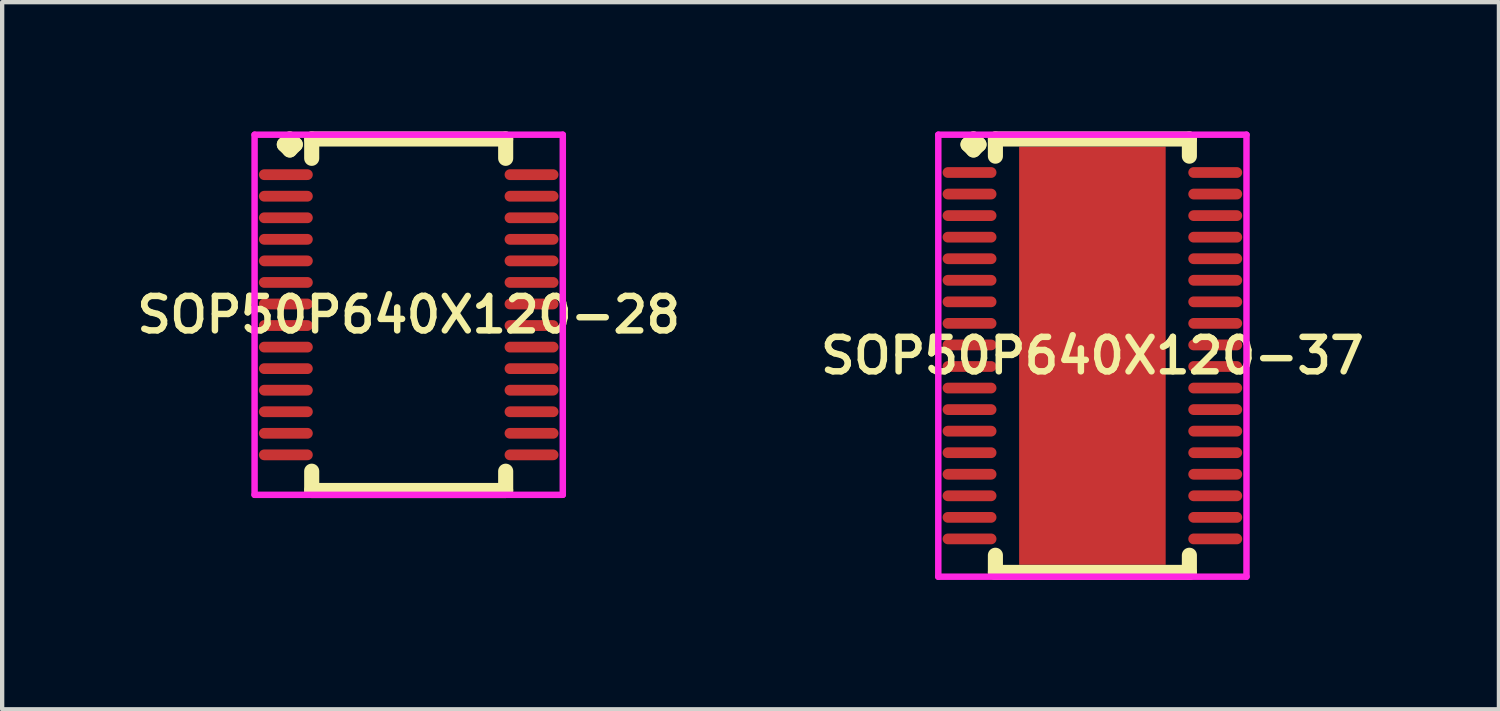
<source format=kicad_pcb>
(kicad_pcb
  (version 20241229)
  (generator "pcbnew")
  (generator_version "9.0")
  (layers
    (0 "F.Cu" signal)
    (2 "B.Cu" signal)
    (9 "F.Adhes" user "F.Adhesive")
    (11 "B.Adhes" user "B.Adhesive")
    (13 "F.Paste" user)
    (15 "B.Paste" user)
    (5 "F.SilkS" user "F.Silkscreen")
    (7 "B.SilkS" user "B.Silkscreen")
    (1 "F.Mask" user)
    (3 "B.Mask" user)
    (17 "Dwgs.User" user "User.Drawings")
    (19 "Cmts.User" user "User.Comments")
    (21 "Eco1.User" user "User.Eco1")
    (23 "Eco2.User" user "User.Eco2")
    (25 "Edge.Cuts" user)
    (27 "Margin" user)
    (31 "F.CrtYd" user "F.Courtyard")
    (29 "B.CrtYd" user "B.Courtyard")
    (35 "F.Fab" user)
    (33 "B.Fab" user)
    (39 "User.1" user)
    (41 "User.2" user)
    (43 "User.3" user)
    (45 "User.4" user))
  (footprint "SOP50P640X120-28"
    (layer "F.Cu")
    (at 6.431 4.252)
    (property "Reference" "SOP50P640X120-28" (at 0 0 0) (layer "F.SilkS") (effects (font (size 0.8 0.8) (thickness 0.15))))
    (attr smd)
    (fp_line (start -2.885 -3.95) (end -2.758 -4.077) (stroke (width 0.35) (type solid)) (layer "F.SilkS"))
    (fp_line (start -2.758 -4.077) (end -2.631 -3.95) (stroke (width 0.35) (type solid)) (layer "F.SilkS"))
    (fp_line (start -2.758 -3.823) (end -2.885 -3.95) (stroke (width 0.35) (type solid)) (layer "F.SilkS"))
    (fp_line (start -2.631 -3.95) (end -2.758 -3.823) (stroke (width 0.35) (type solid)) (layer "F.SilkS"))
    (fp_line (start -2.25 -4.077) (end 2.25 -4.077) (stroke (width 0.35) (type solid)) (layer "F.SilkS"))
    (fp_line (start -2.25 -3.629) (end -2.25 -4.077) (stroke (width 0.35) (type solid)) (layer "F.SilkS"))
    (fp_line (start -2.25 3.629) (end -2.25 4.077) (stroke (width 0.35) (type solid)) (layer "F.SilkS"))
    (fp_line (start -2.25 4.077) (end 2.25 4.077) (stroke (width 0.35) (type solid)) (layer "F.SilkS"))
    (fp_line (start 2.25 -4.077) (end 2.25 -3.629) (stroke (width 0.35) (type solid)) (layer "F.SilkS"))
    (fp_line (start 2.25 4.077) (end 2.25 3.629) (stroke (width 0.35) (type solid)) (layer "F.SilkS"))
    (fp_line (start -3.575 -4.177) (end 3.575 -4.177) (stroke (width 0.15) (type solid)) (layer "F.CrtYd"))
    (fp_line (start -3.575 4.177) (end -3.575 -4.177) (stroke (width 0.15) (type solid)) (layer "F.CrtYd"))
    (fp_line (start 3.575 -4.177) (end 3.575 4.177) (stroke (width 0.15) (type solid)) (layer "F.CrtYd"))
    (fp_line (start 3.575 4.177) (end -3.575 4.177) (stroke (width 0.15) (type solid)) (layer "F.CrtYd"))
    (pad "1" smd oval (at -2.85 -3.25) (size 1.25 0.25) (layers "F.Cu" "F.Mask" "F.Paste"))
    (pad "2" smd oval (at -2.85 -2.75) (size 1.25 0.25) (layers "F.Cu" "F.Mask" "F.Paste"))
    (pad "3" smd oval (at -2.85 -2.25) (size 1.25 0.25) (layers "F.Cu" "F.Mask" "F.Paste"))
    (pad "4" smd oval (at -2.85 -1.75) (size 1.25 0.25) (layers "F.Cu" "F.Mask" "F.Paste"))
    (pad "5" smd oval (at -2.85 -1.25) (size 1.25 0.25) (layers "F.Cu" "F.Mask" "F.Paste"))
    (pad "6" smd oval (at -2.85 -0.75) (size 1.25 0.25) (layers "F.Cu" "F.Mask" "F.Paste"))
    (pad "7" smd oval (at -2.85 -0.25) (size 1.25 0.25) (layers "F.Cu" "F.Mask" "F.Paste"))
    (pad "8" smd oval (at -2.85 0.25) (size 1.25 0.25) (layers "F.Cu" "F.Mask" "F.Paste"))
    (pad "9" smd oval (at -2.85 0.75) (size 1.25 0.25) (layers "F.Cu" "F.Mask" "F.Paste"))
    (pad "10" smd oval (at -2.85 1.25) (size 1.25 0.25) (layers "F.Cu" "F.Mask" "F.Paste"))
    (pad "11" smd oval (at -2.85 1.75) (size 1.25 0.25) (layers "F.Cu" "F.Mask" "F.Paste"))
    (pad "12" smd oval (at -2.85 2.25) (size 1.25 0.25) (layers "F.Cu" "F.Mask" "F.Paste"))
    (pad "13" smd oval (at -2.85 2.75) (size 1.25 0.25) (layers "F.Cu" "F.Mask" "F.Paste"))
    (pad "14" smd oval (at -2.85 3.25) (size 1.25 0.25) (layers "F.Cu" "F.Mask" "F.Paste"))
    (pad "15" smd oval (at 2.85 3.25) (size 1.25 0.25) (layers "F.Cu" "F.Mask" "F.Paste"))
    (pad "16" smd oval (at 2.85 2.75) (size 1.25 0.25) (layers "F.Cu" "F.Mask" "F.Paste"))
    (pad "17" smd oval (at 2.85 2.25) (size 1.25 0.25) (layers "F.Cu" "F.Mask" "F.Paste"))
    (pad "18" smd oval (at 2.85 1.75) (size 1.25 0.25) (layers "F.Cu" "F.Mask" "F.Paste"))
    (pad "19" smd oval (at 2.85 1.25) (size 1.25 0.25) (layers "F.Cu" "F.Mask" "F.Paste"))
    (pad "20" smd oval (at 2.85 0.75) (size 1.25 0.25) (layers "F.Cu" "F.Mask" "F.Paste"))
    (pad "21" smd oval (at 2.85 0.25) (size 1.25 0.25) (layers "F.Cu" "F.Mask" "F.Paste"))
    (pad "22" smd oval (at 2.85 -0.25) (size 1.25 0.25) (layers "F.Cu" "F.Mask" "F.Paste"))
    (pad "23" smd oval (at 2.85 -0.75) (size 1.25 0.25) (layers "F.Cu" "F.Mask" "F.Paste"))
    (pad "24" smd oval (at 2.85 -1.25) (size 1.25 0.25) (layers "F.Cu" "F.Mask" "F.Paste"))
    (pad "25" smd oval (at 2.85 -1.75) (size 1.25 0.25) (layers "F.Cu" "F.Mask" "F.Paste"))
    (pad "26" smd oval (at 2.85 -2.25) (size 1.25 0.25) (layers "F.Cu" "F.Mask" "F.Paste"))
    (pad "27" smd oval (at 2.85 -2.75) (size 1.25 0.25) (layers "F.Cu" "F.Mask" "F.Paste"))
    (pad "28" smd oval (at 2.85 -3.25) (size 1.25 0.25) (layers "F.Cu" "F.Mask" "F.Paste")))
  (footprint "SOP50P640X120-37"
    (layer "F.Cu")
    (at 22.292 5.202)
    (property "Reference" "SOP50P640X120-37" (at 0 0 0) (layer "F.SilkS") (effects (font (size 0.8 0.8) (thickness 0.15))))
    (attr smd)
    (fp_line (start -2.885 -4.9) (end -2.758 -5.027) (stroke (width 0.35) (type solid)) (layer "F.SilkS"))
    (fp_line (start -2.758 -5.027) (end -2.631 -4.9) (stroke (width 0.35) (type solid)) (layer "F.SilkS"))
    (fp_line (start -2.758 -4.773) (end -2.885 -4.9) (stroke (width 0.35) (type solid)) (layer "F.SilkS"))
    (fp_line (start -2.631 -4.9) (end -2.758 -4.773) (stroke (width 0.35) (type solid)) (layer "F.SilkS"))
    (fp_line (start -2.25 -5.027) (end 2.25 -5.027) (stroke (width 0.35) (type solid)) (layer "F.SilkS"))
    (fp_line (start -2.25 -4.629) (end -2.25 -5.027) (stroke (width 0.35) (type solid)) (layer "F.SilkS"))
    (fp_line (start -2.25 4.629) (end -2.25 5.027) (stroke (width 0.35) (type solid)) (layer "F.SilkS"))
    (fp_line (start -2.25 5.027) (end 2.25 5.027) (stroke (width 0.35) (type solid)) (layer "F.SilkS"))
    (fp_line (start 2.25 -5.027) (end 2.25 -4.629) (stroke (width 0.35) (type solid)) (layer "F.SilkS"))
    (fp_line (start 2.25 5.027) (end 2.25 4.629) (stroke (width 0.35) (type solid)) (layer "F.SilkS"))
    (fp_line (start -3.575 -5.127) (end 3.575 -5.127) (stroke (width 0.15) (type solid)) (layer "F.CrtYd"))
    (fp_line (start -3.575 5.127) (end -3.575 -5.127) (stroke (width 0.15) (type solid)) (layer "F.CrtYd"))
    (fp_line (start 3.575 -5.127) (end 3.575 5.127) (stroke (width 0.15) (type solid)) (layer "F.CrtYd"))
    (fp_line (start 3.575 5.127) (end -3.575 5.127) (stroke (width 0.15) (type solid)) (layer "F.CrtYd"))
    (pad "1" smd oval (at -2.85 -4.25) (size 1.25 0.25) (layers "F.Cu" "F.Mask" "F.Paste"))
    (pad "2" smd oval (at -2.85 -3.75) (size 1.25 0.25) (layers "F.Cu" "F.Mask" "F.Paste"))
    (pad "3" smd oval (at -2.85 -3.25) (size 1.25 0.25) (layers "F.Cu" "F.Mask" "F.Paste"))
    (pad "4" smd oval (at -2.85 -2.75) (size 1.25 0.25) (layers "F.Cu" "F.Mask" "F.Paste"))
    (pad "5" smd oval (at -2.85 -2.25) (size 1.25 0.25) (layers "F.Cu" "F.Mask" "F.Paste"))
    (pad "6" smd oval (at -2.85 -1.75) (size 1.25 0.25) (layers "F.Cu" "F.Mask" "F.Paste"))
    (pad "7" smd oval (at -2.85 -1.25) (size 1.25 0.25) (layers "F.Cu" "F.Mask" "F.Paste"))
    (pad "8" smd oval (at -2.85 -0.75) (size 1.25 0.25) (layers "F.Cu" "F.Mask" "F.Paste"))
    (pad "9" smd oval (at -2.85 -0.25) (size 1.25 0.25) (layers "F.Cu" "F.Mask" "F.Paste"))
    (pad "10" smd oval (at -2.85 0.25) (size 1.25 0.25) (layers "F.Cu" "F.Mask" "F.Paste"))
    (pad "11" smd oval (at -2.85 0.75) (size 1.25 0.25) (layers "F.Cu" "F.Mask" "F.Paste"))
    (pad "12" smd oval (at -2.85 1.25) (size 1.25 0.25) (layers "F.Cu" "F.Mask" "F.Paste"))
    (pad "13" smd oval (at -2.85 1.75) (size 1.25 0.25) (layers "F.Cu" "F.Mask" "F.Paste"))
    (pad "14" smd oval (at -2.85 2.25) (size 1.25 0.25) (layers "F.Cu" "F.Mask" "F.Paste"))
    (pad "15" smd oval (at -2.85 2.75) (size 1.25 0.25) (layers "F.Cu" "F.Mask" "F.Paste"))
    (pad "16" smd oval (at -2.85 3.25) (size 1.25 0.25) (layers "F.Cu" "F.Mask" "F.Paste"))
    (pad "17" smd oval (at -2.85 3.75) (size 1.25 0.25) (layers "F.Cu" "F.Mask" "F.Paste"))
    (pad "18" smd oval (at -2.85 4.25) (size 1.25 0.25) (layers "F.Cu" "F.Mask" "F.Paste"))
    (pad "19" smd oval (at 2.85 4.25) (size 1.25 0.25) (layers "F.Cu" "F.Mask" "F.Paste"))
    (pad "20" smd oval (at 2.85 3.75) (size 1.25 0.25) (layers "F.Cu" "F.Mask" "F.Paste"))
    (pad "21" smd oval (at 2.85 3.25) (size 1.25 0.25) (layers "F.Cu" "F.Mask" "F.Paste"))
    (pad "22" smd oval (at 2.85 2.75) (size 1.25 0.25) (layers "F.Cu" "F.Mask" "F.Paste"))
    (pad "23" smd oval (at 2.85 2.25) (size 1.25 0.25) (layers "F.Cu" "F.Mask" "F.Paste"))
    (pad "24" smd oval (at 2.85 1.75) (size 1.25 0.25) (layers "F.Cu" "F.Mask" "F.Paste"))
    (pad "25" smd oval (at 2.85 1.25) (size 1.25 0.25) (layers "F.Cu" "F.Mask" "F.Paste"))
    (pad "26" smd oval (at 2.85 0.75) (size 1.25 0.25) (layers "F.Cu" "F.Mask" "F.Paste"))
    (pad "27" smd oval (at 2.85 0.25) (size 1.25 0.25) (layers "F.Cu" "F.Mask" "F.Paste"))
    (pad "28" smd oval (at 2.85 -0.25) (size 1.25 0.25) (layers "F.Cu" "F.Mask" "F.Paste"))
    (pad "29" smd oval (at 2.85 -0.75) (size 1.25 0.25) (layers "F.Cu" "F.Mask" "F.Paste"))
    (pad "30" smd oval (at 2.85 -1.25) (size 1.25 0.25) (layers "F.Cu" "F.Mask" "F.Paste"))
    (pad "31" smd oval (at 2.85 -1.75) (size 1.25 0.25) (layers "F.Cu" "F.Mask" "F.Paste"))
    (pad "32" smd oval (at 2.85 -2.25) (size 1.25 0.25) (layers "F.Cu" "F.Mask" "F.Paste"))
    (pad "33" smd oval (at 2.85 -2.75) (size 1.25 0.25) (layers "F.Cu" "F.Mask" "F.Paste"))
    (pad "34" smd oval (at 2.85 -3.25) (size 1.25 0.25) (layers "F.Cu" "F.Mask" "F.Paste"))
    (pad "35" smd oval (at 2.85 -3.75) (size 1.25 0.25) (layers "F.Cu" "F.Mask" "F.Paste"))
    (pad "36" smd oval (at 2.85 -4.25) (size 1.25 0.25) (layers "F.Cu" "F.Mask" "F.Paste"))
    (pad "37" smd rect (at 0 0) (size 3.4 9.7) (layers "F.Cu" "F.Mask" "F.Paste")))
  (gr_rect
    (start -3 -3)
    (end 31.723 13.404)
    (stroke (width 0.1) (type default))
    (fill no)
    (layer "Edge.Cuts")))
</source>
